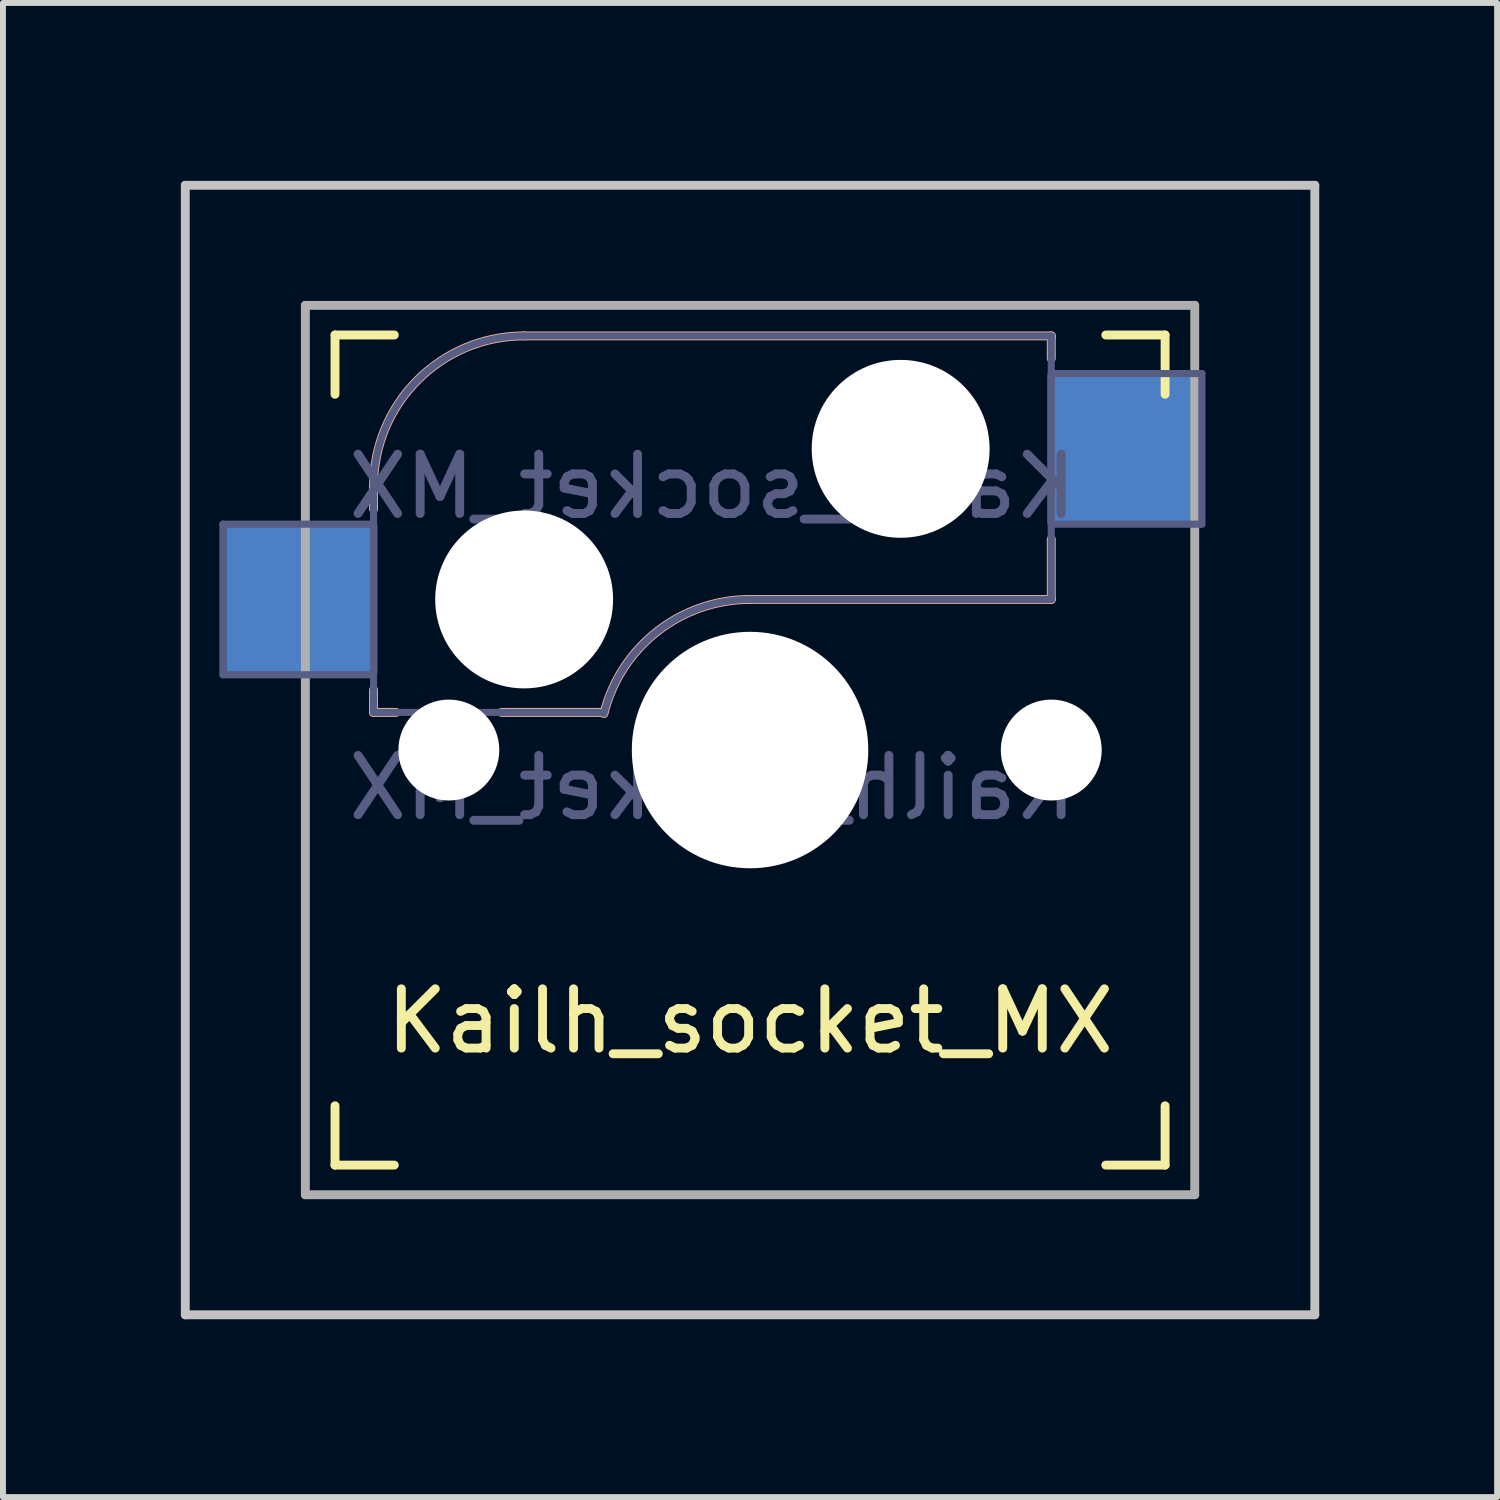
<source format=kicad_pcb>
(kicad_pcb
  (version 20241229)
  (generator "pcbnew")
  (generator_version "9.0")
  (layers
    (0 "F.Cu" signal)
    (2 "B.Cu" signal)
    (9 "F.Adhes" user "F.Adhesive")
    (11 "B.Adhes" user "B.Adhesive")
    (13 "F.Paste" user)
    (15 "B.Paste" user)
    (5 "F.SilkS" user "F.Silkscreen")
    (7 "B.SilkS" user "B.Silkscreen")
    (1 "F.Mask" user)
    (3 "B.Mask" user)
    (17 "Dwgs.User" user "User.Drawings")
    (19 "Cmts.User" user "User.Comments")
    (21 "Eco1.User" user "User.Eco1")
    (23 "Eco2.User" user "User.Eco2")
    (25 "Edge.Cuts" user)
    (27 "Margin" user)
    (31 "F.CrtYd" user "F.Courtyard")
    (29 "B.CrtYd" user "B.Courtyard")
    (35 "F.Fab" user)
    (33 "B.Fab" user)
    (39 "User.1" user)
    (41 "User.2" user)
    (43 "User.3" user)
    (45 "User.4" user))
  (footprint "Kailh_socket_MX"
    (layer "F.Cu")
    (at 9.6 9.6)
    (property "Reference" "Kailh_socket_MX" (at 0 4.572 0) (layer "F.SilkS") (effects (font (size 1 1) (thickness 0.15))))
    (property "Value" "Kailh_socket_MX" (at 0 8.255 0) (layer "F.Fab") (hide yes) (effects (font (size 1 1) (thickness 0.15))))
    (attr smd)
    (fp_line (start -7 -6) (end -7 -7) (stroke (width 0.15) (type solid)) (layer "F.SilkS"))
    (fp_line (start -7 7) (end -7 6) (stroke (width 0.15) (type solid)) (layer "F.SilkS"))
    (fp_line (start -7 7) (end -6 7) (stroke (width 0.15) (type solid)) (layer "F.SilkS"))
    (fp_line (start -6 -7) (end -7 -7) (stroke (width 0.15) (type solid)) (layer "F.SilkS"))
    (fp_line (start 6 7) (end 7 7) (stroke (width 0.15) (type solid)) (layer "F.SilkS"))
    (fp_line (start 7 -7) (end 6 -7) (stroke (width 0.15) (type solid)) (layer "F.SilkS"))
    (fp_line (start 7 -7) (end 7 -6) (stroke (width 0.15) (type solid)) (layer "F.SilkS"))
    (fp_line (start 7 6) (end 7 7) (stroke (width 0.15) (type solid)) (layer "F.SilkS"))
    (fp_line (start -6.35 -4.445) (end -6.35 -4.064) (stroke (width 0.15) (type solid)) (layer "B.SilkS"))
    (fp_line (start -6.35 -1.016) (end -6.35 -0.635) (stroke (width 0.15) (type solid)) (layer "B.SilkS"))
    (fp_line (start -5.969 -0.635) (end -6.35 -0.635) (stroke (width 0.15) (type solid)) (layer "B.SilkS"))
    (fp_line (start -3.81 -6.985) (end 5.08 -6.985) (stroke (width 0.15) (type solid)) (layer "B.SilkS"))
    (fp_line (start -2.464 -0.635) (end -4.191 -0.635) (stroke (width 0.15) (type solid)) (layer "B.SilkS"))
    (fp_line (start 5.08 -6.985) (end 5.08 -6.604) (stroke (width 0.15) (type solid)) (layer "B.SilkS"))
    (fp_line (start 5.08 -3.556) (end 5.08 -2.54) (stroke (width 0.15) (type solid)) (layer "B.SilkS"))
    (fp_line (start 5.08 -2.54) (end 0 -2.54) (stroke (width 0.15) (type solid)) (layer "B.SilkS"))
    (fp_arc (start -6.35 -4.445) (mid -5.606051 -6.241051) (end -3.81 -6.985) (stroke (width 0.15) (type solid)) (layer "B.SilkS"))
    (fp_arc (start -2.464162 -0.61604) (mid -1.563147 -2.002042) (end 0 -2.54) (stroke (width 0.15) (type solid)) (layer "B.SilkS"))
    (fp_line (start -9.525 -9.525) (end 9.525 -9.525) (stroke (width 0.15) (type solid)) (layer "Dwgs.User"))
    (fp_line (start -9.525 9.525) (end -9.525 -9.525) (stroke (width 0.15) (type solid)) (layer "Dwgs.User"))
    (fp_line (start 9.525 -9.525) (end 9.525 9.525) (stroke (width 0.15) (type solid)) (layer "Dwgs.User"))
    (fp_line (start 9.525 9.525) (end -9.525 9.525) (stroke (width 0.15) (type solid)) (layer "Dwgs.User"))
    (fp_line (start -6.9 6.9) (end -6.9 -6.9) (stroke (width 0.15) (type solid)) (layer "Eco2.User"))
    (fp_line (start -6.9 6.9) (end 6.9 6.9) (stroke (width 0.15) (type solid)) (layer "Eco2.User"))
    (fp_line (start 6.9 -6.9) (end -6.9 -6.9) (stroke (width 0.15) (type solid)) (layer "Eco2.User"))
    (fp_line (start 6.9 -6.9) (end 6.9 6.9) (stroke (width 0.15) (type solid)) (layer "Eco2.User"))
    (fp_line (start -8.89 -3.81) (end -6.35 -3.81) (stroke (width 0.12) (type solid)) (layer "B.Fab"))
    (fp_line (start -8.89 -1.27) (end -8.89 -3.81) (stroke (width 0.12) (type solid)) (layer "B.Fab"))
    (fp_line (start -6.35 -1.27) (end -8.89 -1.27) (stroke (width 0.12) (type solid)) (layer "B.Fab"))
    (fp_line (start -6.35 -0.635) (end -6.35 -4.445) (stroke (width 0.12) (type solid)) (layer "B.Fab"))
    (fp_line (start -6.35 -0.635) (end -2.54 -0.635) (stroke (width 0.12) (type solid)) (layer "B.Fab"))
    (fp_line (start -3.81 -6.985) (end 5.08 -6.985) (stroke (width 0.12) (type solid)) (layer "B.Fab"))
    (fp_line (start 5.08 -6.985) (end 5.08 -2.54) (stroke (width 0.12) (type solid)) (layer "B.Fab"))
    (fp_line (start 5.08 -6.35) (end 7.62 -6.35) (stroke (width 0.12) (type solid)) (layer "B.Fab"))
    (fp_line (start 5.08 -2.54) (end 0 -2.54) (stroke (width 0.12) (type solid)) (layer "B.Fab"))
    (fp_line (start 7.62 -6.35) (end 7.62 -3.81) (stroke (width 0.12) (type solid)) (layer "B.Fab"))
    (fp_line (start 7.62 -3.81) (end 5.08 -3.81) (stroke (width 0.12) (type solid)) (layer "B.Fab"))
    (fp_arc (start -6.35 -4.445) (mid -5.606051 -6.241051) (end -3.81 -6.985) (stroke (width 0.12) (type solid)) (layer "B.Fab"))
    (fp_arc (start -2.464162 -0.61604) (mid -1.563147 -2.002042) (end 0 -2.54) (stroke (width 0.12) (type solid)) (layer "B.Fab"))
    (fp_line (start -7.5 -7.5) (end 7.5 -7.5) (stroke (width 0.15) (type solid)) (layer "F.Fab"))
    (fp_line (start -7.5 7.5) (end -7.5 -7.5) (stroke (width 0.15) (type solid)) (layer "F.Fab"))
    (fp_line (start 7.5 -7.5) (end 7.5 7.5) (stroke (width 0.15) (type solid)) (layer "F.Fab"))
    (fp_line (start 7.5 7.5) (end -7.5 7.5) (stroke (width 0.15) (type solid)) (layer "F.Fab"))
    (fp_text user "${VALUE}" (at -0.635 0.635 0) (layer "B.Fab") (effects (font (size 1 1) (thickness 0.15)) (justify mirror)))
    (fp_text user "${REFERENCE}" (at -0.635 -4.445 0) (layer "B.Fab") (effects (font (size 1 1) (thickness 0.15)) (justify mirror)))
    (pad "" np_thru_hole circle (at -5.08 0) (size 1.702 1.702) (drill 1.702) (layers "*.Cu" "*.Mask"))
    (pad "" np_thru_hole circle (at -3.81 -2.54) (size 3 3) (drill 3) (layers "*.Cu" "*.Mask"))
    (pad "" np_thru_hole circle (at 0 0) (size 3.988 3.988) (drill 3.988) (layers "*.Cu" "*.Mask"))
    (pad "" np_thru_hole circle (at 2.54 -5.08) (size 3 3) (drill 3) (layers "*.Cu" "*.Mask"))
    (pad "" np_thru_hole circle (at 5.08 0) (size 1.702 1.702) (drill 1.702) (layers "*.Cu" "*.Mask"))
    (pad "1" smd rect (at 6.29 -5.08) (size 2.55 2.5) (layers "B.Cu" "B.Mask" "B.Paste"))
    (pad "2" smd rect (at -7.56 -2.54) (size 2.55 2.5) (layers "B.Cu" "B.Mask" "B.Paste")))
  (gr_rect
    (start -3 -3)
    (end 22.2 22.2)
    (stroke (width 0.1) (type default))
    (fill no)
    (layer "Edge.Cuts")))
</source>
